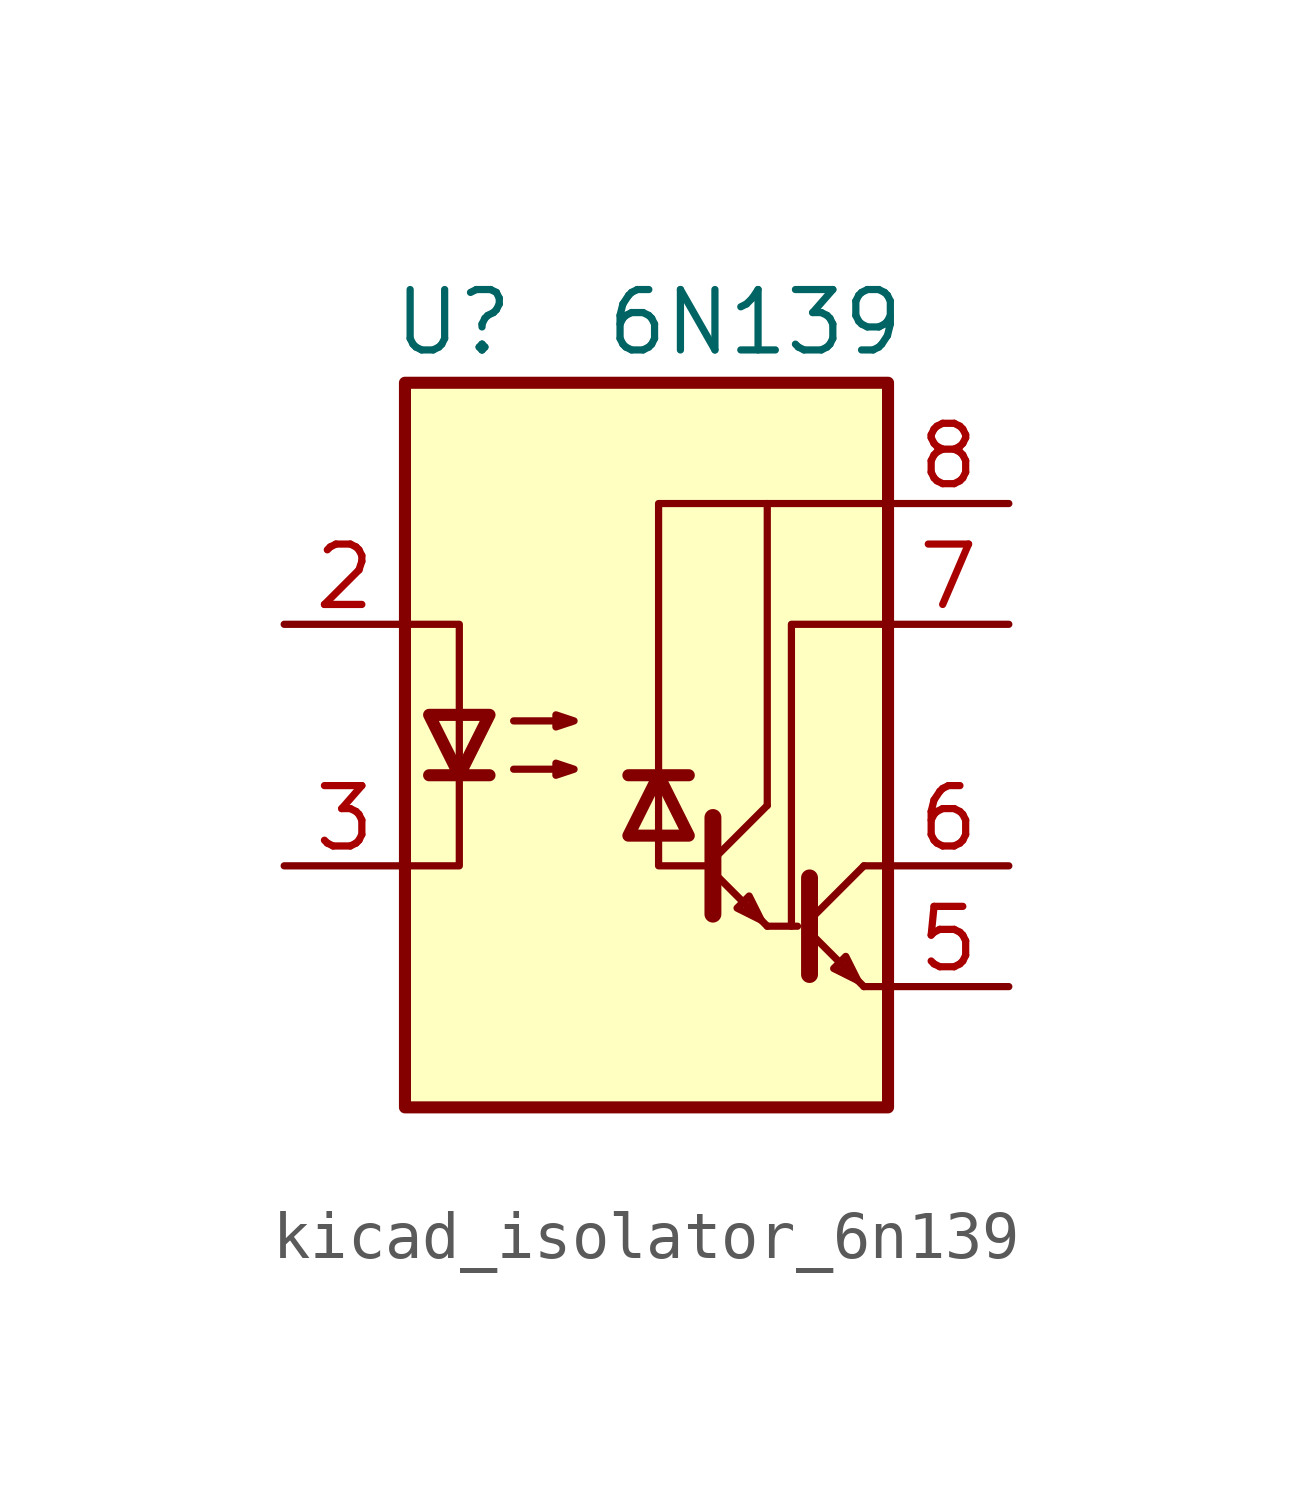
<source format=kicad_sym>
(kicad_symbol_lib
  (version 20220914)
  (generator kicad_symbol_editor)
  (symbol "kicad_isolator_6n139"
    (pin_names
      (offset 1.016) hide)
    (property "Reference" "U"
      (at -4.064 8.89 0)
      (effects (font (size 1.27 1.27))))
    (property "Value" "6N139"
      (at 2.286 8.89 0)
      (effects (font (size 1.27 1.27))))
    (symbol "kicad_isolator_6n139_0_1"
      (rectangle (start -5.08 7.62) (end 5.08 -7.62) (stroke (width 0.254) (type default)) (fill (type background)))
      (polyline (pts (xy -4.572 -0.635) (xy -3.302 -0.635)) (stroke (width 0.254) (type default)) (fill (type none)))
      (polyline (pts (xy 0.889 -0.635) (xy -0.381 -0.635)) (stroke (width 0.254) (type default)) (fill (type none)))
      (polyline (pts (xy 1.397 -2.667) (xy 2.54 -3.81)) (stroke (width 0) (type default)) (fill (type none)))
      (polyline (pts (xy 1.397 -2.413) (xy 2.54 -1.27)) (stroke (width 0) (type default)) (fill (type none)))
      (polyline (pts (xy 2.54 -3.81) (xy 3.175 -3.81)) (stroke (width 0) (type default)) (fill (type none)))
      (polyline (pts (xy 3.429 -3.937) (xy 4.572 -5.08)) (stroke (width 0) (type default)) (fill (type none)))
      (polyline (pts (xy 3.429 -3.683) (xy 4.572 -2.54)) (stroke (width 0) (type default)) (fill (type none)))
      (polyline (pts (xy 4.572 -5.08) (xy 5.08 -5.08)) (stroke (width 0) (type default)) (fill (type none)))
      (polyline (pts (xy 4.572 -2.54) (xy 5.08 -2.54)) (stroke (width 0) (type default)) (fill (type none)))
      (polyline (pts (xy 1.397 -1.524) (xy 1.397 -3.556) (xy 1.397 -3.556)) (stroke (width 0.356) (type default)) (fill (type none)))
      (polyline (pts (xy 2.54 -1.27) (xy 2.54 5.08) (xy 5.08 5.08)) (stroke (width 0) (type default)) (fill (type none)))
      (polyline (pts (xy 3.429 -2.794) (xy 3.429 -4.826) (xy 3.429 -4.826)) (stroke (width 0.356) (type default)) (fill (type none)))
      (polyline (pts (xy 5.08 2.54) (xy 3.048 2.54) (xy 3.048 -3.81)) (stroke (width 0) (type default)) (fill (type none)))
      (polyline (pts (xy -5.08 -2.54) (xy -3.937 -2.54) (xy -3.937 2.54) (xy -5.08 2.54)) (stroke (width 0) (type default)) (fill (type none)))
      (polyline (pts (xy -3.937 -0.635) (xy -4.572 0.635) (xy -3.302 0.635) (xy -3.937 -0.635)) (stroke (width 0.254) (type default)) (fill (type none)))
      (polyline (pts (xy 0.254 -0.635) (xy 0.889 -1.905) (xy -0.381 -1.905) (xy 0.254 -0.635)) (stroke (width 0.254) (type default)) (fill (type none)))
      (polyline (pts (xy 1.27 -2.54) (xy 0.254 -2.54) (xy 0.254 5.08) (xy 2.54 5.08)) (stroke (width 0) (type default)) (fill (type none)))
      (polyline (pts (xy 2.413 -3.683) (xy 2.159 -3.175) (xy 1.905 -3.429) (xy 2.413 -3.683)) (stroke (width 0) (type default)) (fill (type none)))
      (polyline (pts (xy 4.445 -4.953) (xy 4.191 -4.445) (xy 3.937 -4.699) (xy 4.445 -4.953)) (stroke (width 0) (type default)) (fill (type none)))
      (polyline (pts (xy -2.794 -0.508) (xy -1.524 -0.508) (xy -1.905 -0.635) (xy -1.905 -0.381) (xy -1.524 -0.508)) (stroke (width 0) (type default)) (fill (type none)))
      (polyline (pts (xy -2.794 0.508) (xy -1.524 0.508) (xy -1.905 0.381) (xy -1.905 0.635) (xy -1.524 0.508)) (stroke (width 0) (type default)) (fill (type none))))
    (symbol "kicad_isolator_6n139_1_1"
      (pin no_connect line (at -5.08 5.08 0) (length 2.54) hide (name "NC" (effects (font (size 1.27 1.27)))) (number "1" (effects (font (size 1.27 1.27)))))
      (pin passive line (at -7.62 2.54 0) (length 2.54) (name "C1" (effects (font (size 1.27 1.27)))) (number "2" (effects (font (size 1.27 1.27)))))
      (pin passive line (at -7.62 -2.54 0) (length 2.54) (name "C2" (effects (font (size 1.27 1.27)))) (number "3" (effects (font (size 1.27 1.27)))))
      (pin no_connect line (at -5.08 -5.08 0) (length 2.54) hide (name "NC" (effects (font (size 1.27 1.27)))) (number "4" (effects (font (size 1.27 1.27)))))
      (pin passive line (at 7.62 -5.08 180) (length 2.54) (name "GND" (effects (font (size 1.27 1.27)))) (number "5" (effects (font (size 1.27 1.27)))))
      (pin passive line (at 7.62 -2.54 180) (length 2.54) (name "VO2" (effects (font (size 1.27 1.27)))) (number "6" (effects (font (size 1.27 1.27)))))
      (pin passive line (at 7.62 2.54 180) (length 2.54) (name "VO1" (effects (font (size 1.27 1.27)))) (number "7" (effects (font (size 1.27 1.27)))))
      (pin passive line (at 7.62 5.08 180) (length 2.54) (name "VCC" (effects (font (size 1.27 1.27)))) (number "8" (effects (font (size 1.27 1.27))))))))
</source>
